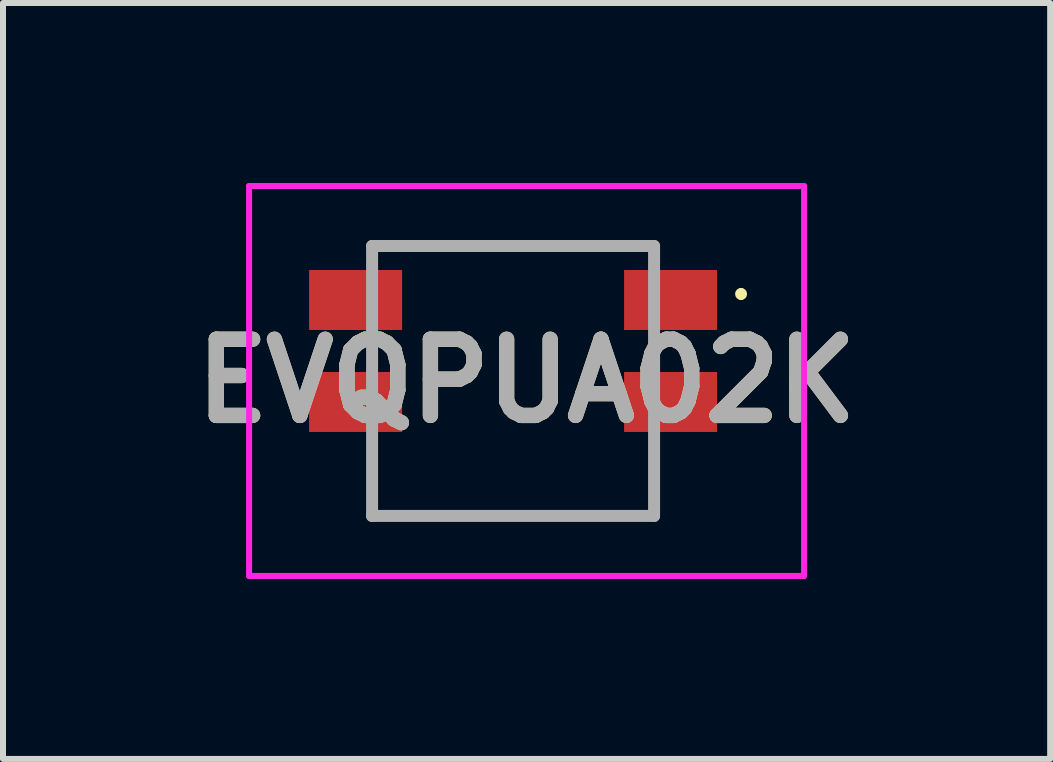
<source format=kicad_pcb>
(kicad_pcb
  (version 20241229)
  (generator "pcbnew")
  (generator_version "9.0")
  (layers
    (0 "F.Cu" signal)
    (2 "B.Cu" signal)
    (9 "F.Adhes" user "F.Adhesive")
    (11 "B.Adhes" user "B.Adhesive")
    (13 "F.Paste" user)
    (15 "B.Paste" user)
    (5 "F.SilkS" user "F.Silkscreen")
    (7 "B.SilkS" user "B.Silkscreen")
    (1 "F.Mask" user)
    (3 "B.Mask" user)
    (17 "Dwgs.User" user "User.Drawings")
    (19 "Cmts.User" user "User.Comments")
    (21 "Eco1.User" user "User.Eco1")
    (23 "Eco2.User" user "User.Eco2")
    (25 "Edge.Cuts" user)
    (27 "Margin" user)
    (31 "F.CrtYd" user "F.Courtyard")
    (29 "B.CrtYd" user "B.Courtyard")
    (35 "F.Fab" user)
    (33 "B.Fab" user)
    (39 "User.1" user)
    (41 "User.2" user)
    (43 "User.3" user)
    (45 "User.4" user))
  (footprint "EVQPUA02K"
    (layer "F.Cu")
    (at 5.502 2.8)
    (property "Reference" "EVQPUA02K" (at 0.225 0.5 0) (layer "F.SilkS") (effects (font (size 1.27 1.27) (thickness 0.254))))
    (attr smd)
    (fp_line (start -2.35 -1.75) (end 2.35 -1.75) (stroke (width 0.1) (type solid)) (layer "F.SilkS"))
    (fp_line (start -2.35 -1.6) (end -2.35 -1.75) (stroke (width 0.1) (type solid)) (layer "F.SilkS"))
    (fp_line (start -2.35 1.6) (end -2.35 2.75) (stroke (width 0.1) (type solid)) (layer "F.SilkS"))
    (fp_line (start -2.35 2.75) (end 2.35 2.75) (stroke (width 0.1) (type solid)) (layer "F.SilkS"))
    (fp_line (start 2.35 -1.75) (end 2.35 -1.6) (stroke (width 0.1) (type solid)) (layer "F.SilkS"))
    (fp_line (start 2.35 2.75) (end 2.35 1.6) (stroke (width 0.1) (type solid)) (layer "F.SilkS"))
    (fp_line (start 3.8 -1) (end 3.8 -1) (stroke (width 0.1) (type solid)) (layer "F.SilkS"))
    (fp_line (start 3.8 -0.9) (end 3.8 -0.9) (stroke (width 0.1) (type solid)) (layer "F.SilkS"))
    (fp_arc (start 3.8 -1) (mid 3.85 -0.95) (end 3.8 -0.9) (stroke (width 0.1) (type solid)) (layer "F.SilkS"))
    (fp_arc (start 3.8 -0.9) (mid 3.75 -0.95) (end 3.8 -1) (stroke (width 0.1) (type solid)) (layer "F.SilkS"))
    (fp_line (start -4.4 -2.75) (end 4.85 -2.75) (stroke (width 0.1) (type solid)) (layer "F.CrtYd"))
    (fp_line (start -4.4 3.75) (end -4.4 -2.75) (stroke (width 0.1) (type solid)) (layer "F.CrtYd"))
    (fp_line (start 4.85 -2.75) (end 4.85 3.75) (stroke (width 0.1) (type solid)) (layer "F.CrtYd"))
    (fp_line (start 4.85 3.75) (end -4.4 3.75) (stroke (width 0.1) (type solid)) (layer "F.CrtYd"))
    (fp_line (start -2.35 -1.75) (end 2.35 -1.75) (stroke (width 0.2) (type solid)) (layer "F.Fab"))
    (fp_line (start -2.35 2.75) (end -2.35 -1.75) (stroke (width 0.2) (type solid)) (layer "F.Fab"))
    (fp_line (start 2.35 -1.75) (end 2.35 2.75) (stroke (width 0.2) (type solid)) (layer "F.Fab"))
    (fp_line (start 2.35 2.75) (end -2.35 2.75) (stroke (width 0.2) (type solid)) (layer "F.Fab"))
    (fp_text user "${REFERENCE}" (at 0.225 0.5 0) (layer "F.Fab") (effects (font (size 1.27 1.27) (thickness 0.254))))
    (pad "1" smd rect (at 2.625 -0.85 90) (size 1 1.55) (layers "F.Cu" "F.Mask" "F.Paste"))
    (pad "2" smd rect (at 2.625 0.85 90) (size 1 1.55) (layers "F.Cu" "F.Mask" "F.Paste"))
    (pad "3" smd rect (at -2.625 -0.85 90) (size 1 1.55) (layers "F.Cu" "F.Mask" "F.Paste"))
    (pad "4" smd rect (at -2.625 0.85 90) (size 1 1.55) (layers "F.Cu" "F.Mask" "F.Paste")))
  (gr_rect
    (start -3 -3)
    (end 14.454 9.6)
    (stroke (width 0.1) (type default))
    (fill no)
    (layer "Edge.Cuts")))
</source>
